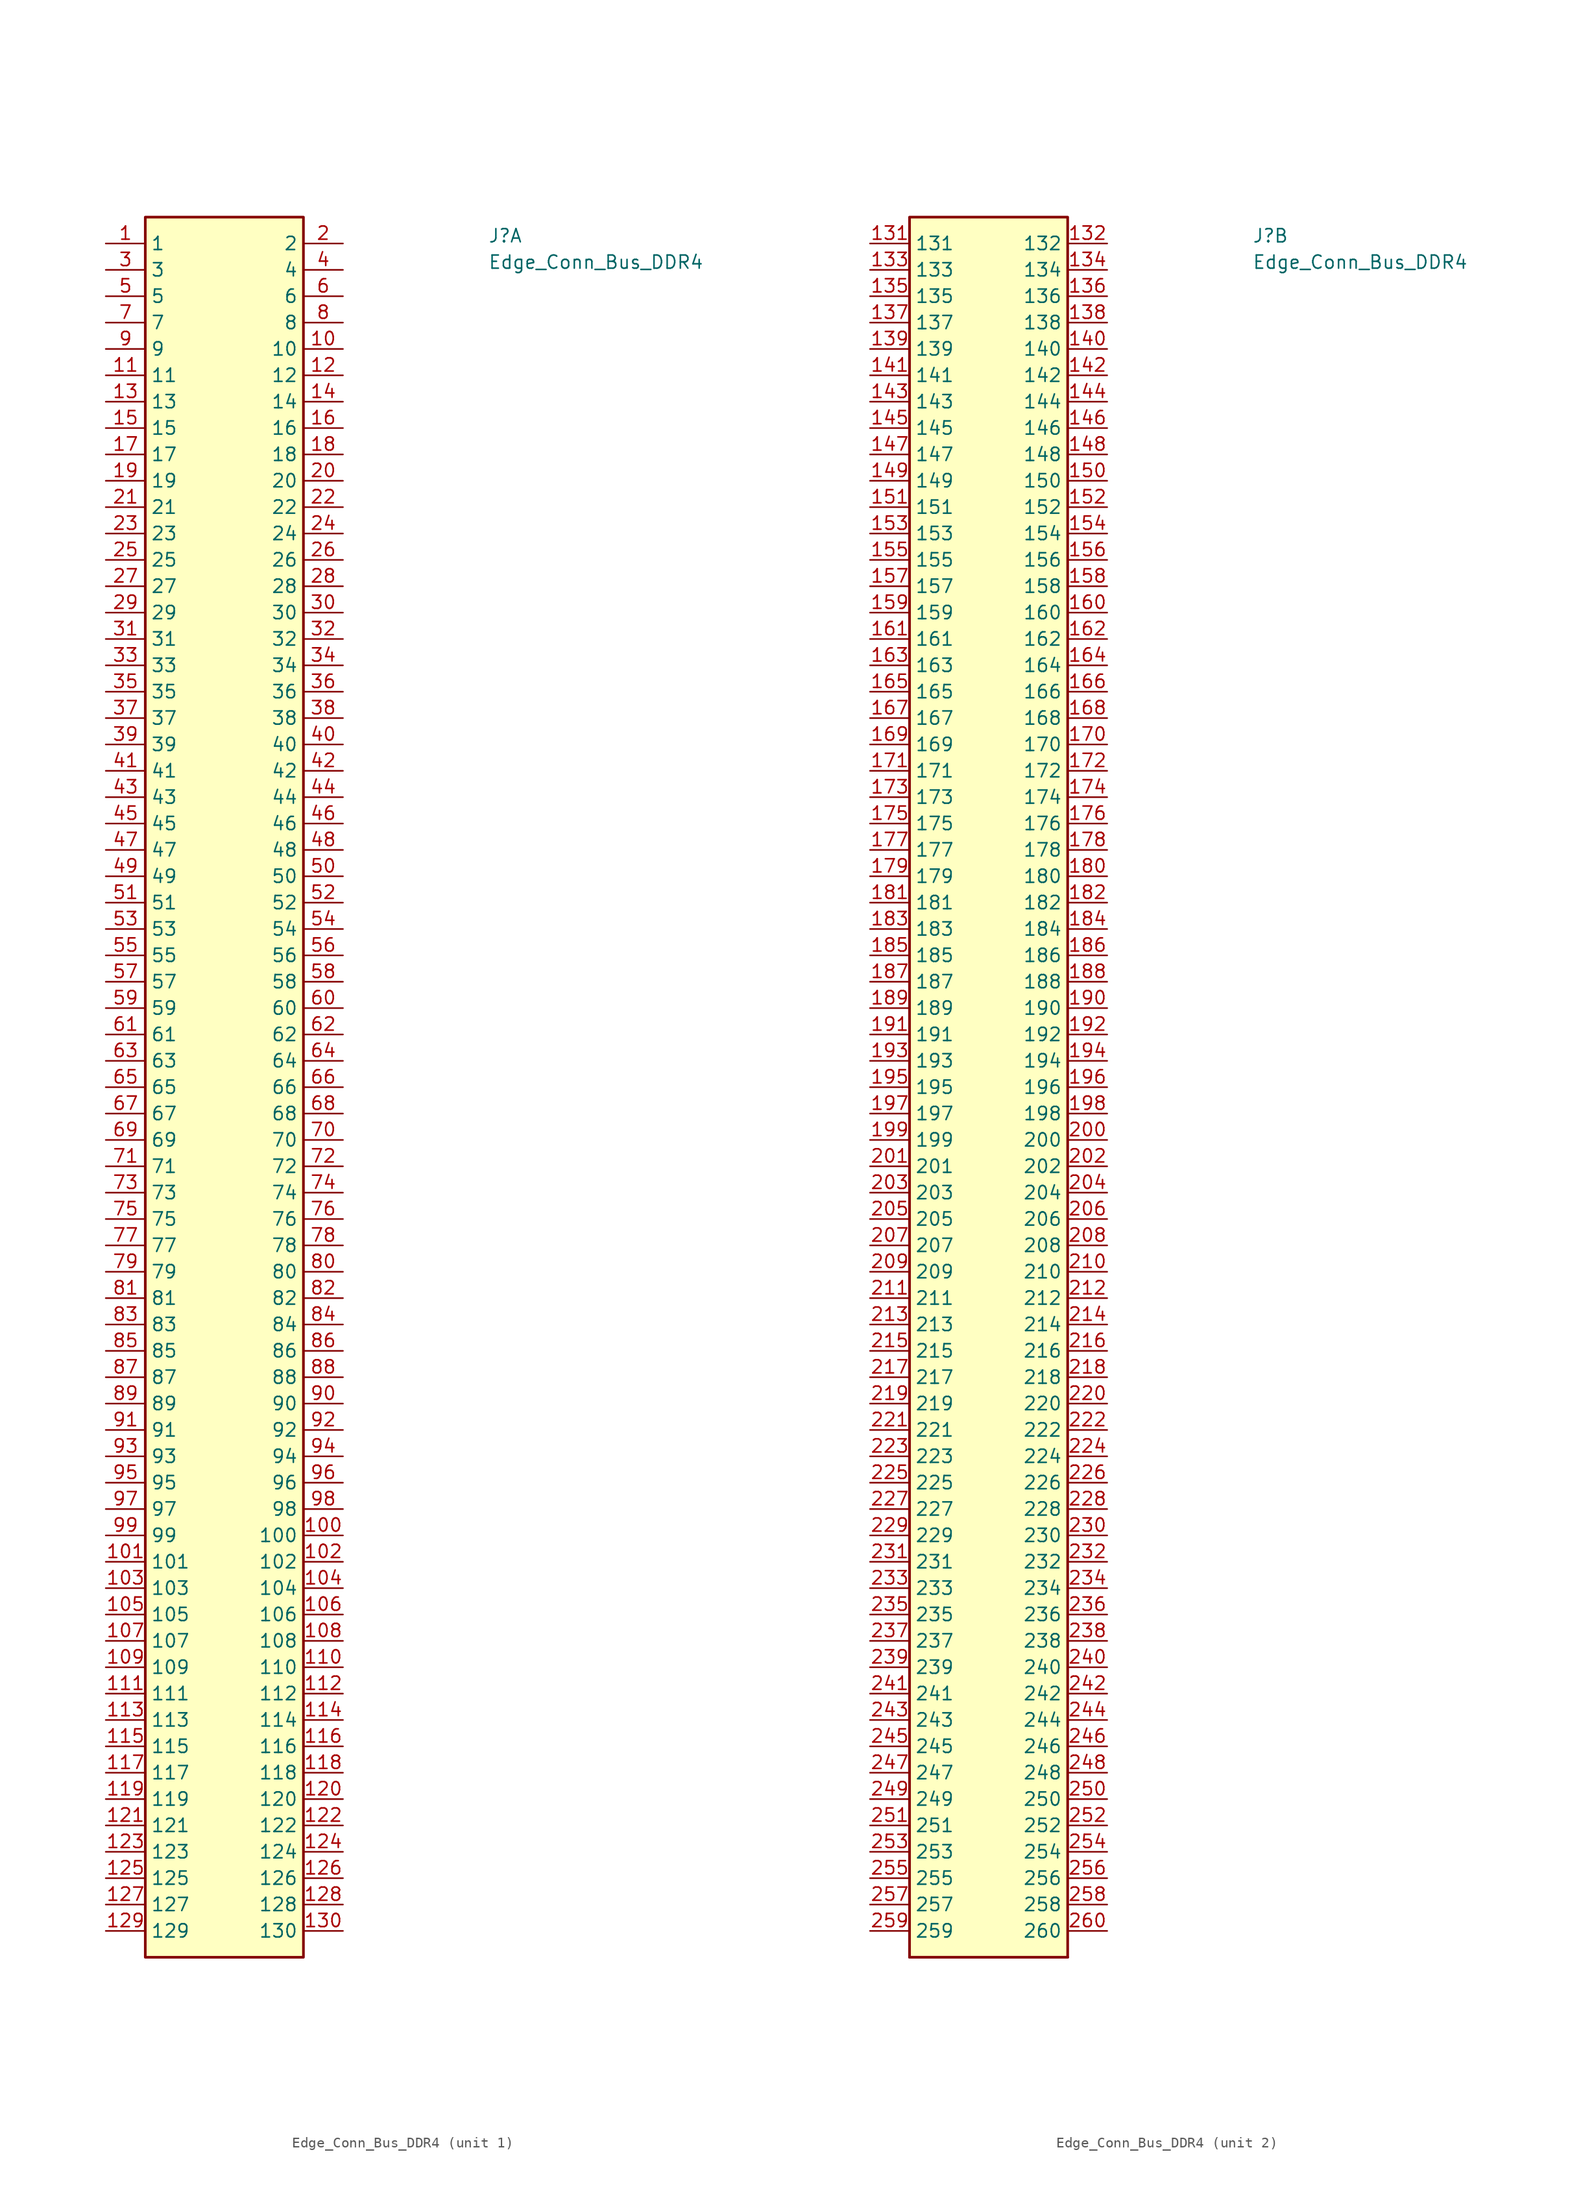
<source format=kicad_sym>
(kicad_symbol_lib
  (version 20211014)
  (generator kicad_symbol_editor)
  (symbol "Edge_Conn_Bus_DDR4"
    (property "Reference" "J"
      (at 36.83 0 0)
      (effects (font (size 1.27 1.27) (thickness 0.15)) (justify left bottom)))
    (property "Value" "Edge_Conn_Bus_DDR4"
      (at 36.83 -2.54 0)
      (effects (font (size 1.27 1.27) (thickness 0.15)) (justify left bottom)))
    (property "ki_locked" ""
      (at 0 0 0)
      (effects (font (size 1.27 1.27))))
    (symbol "Edge_Conn_Bus_DDR4_1_1"
      (rectangle (start 3.81 2.54) (end 19.05 -165.1) (stroke (width 0.254) (type default)) (fill (type background)))
      (pin passive line (at 0 0 0) (length 3.81) (name "1" (effects (font (size 1.27 1.27)))) (number "1" (effects (font (size 1.27 1.27)))))
      (pin passive line (at 22.86 -10.16 180) (length 3.81) (name "10" (effects (font (size 1.27 1.27)))) (number "10" (effects (font (size 1.27 1.27)))))
      (pin passive line (at 22.86 -124.46 180) (length 3.81) (name "100" (effects (font (size 1.27 1.27)))) (number "100" (effects (font (size 1.27 1.27)))))
      (pin passive line (at 0 -127 0) (length 3.81) (name "101" (effects (font (size 1.27 1.27)))) (number "101" (effects (font (size 1.27 1.27)))))
      (pin passive line (at 22.86 -127 180) (length 3.81) (name "102" (effects (font (size 1.27 1.27)))) (number "102" (effects (font (size 1.27 1.27)))))
      (pin passive line (at 0 -129.54 0) (length 3.81) (name "103" (effects (font (size 1.27 1.27)))) (number "103" (effects (font (size 1.27 1.27)))))
      (pin passive line (at 22.86 -129.54 180) (length 3.81) (name "104" (effects (font (size 1.27 1.27)))) (number "104" (effects (font (size 1.27 1.27)))))
      (pin passive line (at 0 -132.08 0) (length 3.81) (name "105" (effects (font (size 1.27 1.27)))) (number "105" (effects (font (size 1.27 1.27)))))
      (pin passive line (at 22.86 -132.08 180) (length 3.81) (name "106" (effects (font (size 1.27 1.27)))) (number "106" (effects (font (size 1.27 1.27)))))
      (pin passive line (at 0 -134.62 0) (length 3.81) (name "107" (effects (font (size 1.27 1.27)))) (number "107" (effects (font (size 1.27 1.27)))))
      (pin passive line (at 22.86 -134.62 180) (length 3.81) (name "108" (effects (font (size 1.27 1.27)))) (number "108" (effects (font (size 1.27 1.27)))))
      (pin passive line (at 0 -137.16 0) (length 3.81) (name "109" (effects (font (size 1.27 1.27)))) (number "109" (effects (font (size 1.27 1.27)))))
      (pin passive line (at 0 -12.7 0) (length 3.81) (name "11" (effects (font (size 1.27 1.27)))) (number "11" (effects (font (size 1.27 1.27)))))
      (pin passive line (at 22.86 -137.16 180) (length 3.81) (name "110" (effects (font (size 1.27 1.27)))) (number "110" (effects (font (size 1.27 1.27)))))
      (pin passive line (at 0 -139.7 0) (length 3.81) (name "111" (effects (font (size 1.27 1.27)))) (number "111" (effects (font (size 1.27 1.27)))))
      (pin passive line (at 22.86 -139.7 180) (length 3.81) (name "112" (effects (font (size 1.27 1.27)))) (number "112" (effects (font (size 1.27 1.27)))))
      (pin passive line (at 0 -142.24 0) (length 3.81) (name "113" (effects (font (size 1.27 1.27)))) (number "113" (effects (font (size 1.27 1.27)))))
      (pin passive line (at 22.86 -142.24 180) (length 3.81) (name "114" (effects (font (size 1.27 1.27)))) (number "114" (effects (font (size 1.27 1.27)))))
      (pin passive line (at 0 -144.78 0) (length 3.81) (name "115" (effects (font (size 1.27 1.27)))) (number "115" (effects (font (size 1.27 1.27)))))
      (pin passive line (at 22.86 -144.78 180) (length 3.81) (name "116" (effects (font (size 1.27 1.27)))) (number "116" (effects (font (size 1.27 1.27)))))
      (pin passive line (at 0 -147.32 0) (length 3.81) (name "117" (effects (font (size 1.27 1.27)))) (number "117" (effects (font (size 1.27 1.27)))))
      (pin passive line (at 22.86 -147.32 180) (length 3.81) (name "118" (effects (font (size 1.27 1.27)))) (number "118" (effects (font (size 1.27 1.27)))))
      (pin passive line (at 0 -149.86 0) (length 3.81) (name "119" (effects (font (size 1.27 1.27)))) (number "119" (effects (font (size 1.27 1.27)))))
      (pin passive line (at 22.86 -12.7 180) (length 3.81) (name "12" (effects (font (size 1.27 1.27)))) (number "12" (effects (font (size 1.27 1.27)))))
      (pin passive line (at 22.86 -149.86 180) (length 3.81) (name "120" (effects (font (size 1.27 1.27)))) (number "120" (effects (font (size 1.27 1.27)))))
      (pin passive line (at 0 -152.4 0) (length 3.81) (name "121" (effects (font (size 1.27 1.27)))) (number "121" (effects (font (size 1.27 1.27)))))
      (pin passive line (at 22.86 -152.4 180) (length 3.81) (name "122" (effects (font (size 1.27 1.27)))) (number "122" (effects (font (size 1.27 1.27)))))
      (pin passive line (at 0 -154.94 0) (length 3.81) (name "123" (effects (font (size 1.27 1.27)))) (number "123" (effects (font (size 1.27 1.27)))))
      (pin passive line (at 22.86 -154.94 180) (length 3.81) (name "124" (effects (font (size 1.27 1.27)))) (number "124" (effects (font (size 1.27 1.27)))))
      (pin passive line (at 0 -157.48 0) (length 3.81) (name "125" (effects (font (size 1.27 1.27)))) (number "125" (effects (font (size 1.27 1.27)))))
      (pin passive line (at 22.86 -157.48 180) (length 3.81) (name "126" (effects (font (size 1.27 1.27)))) (number "126" (effects (font (size 1.27 1.27)))))
      (pin passive line (at 0 -160.02 0) (length 3.81) (name "127" (effects (font (size 1.27 1.27)))) (number "127" (effects (font (size 1.27 1.27)))))
      (pin passive line (at 22.86 -160.02 180) (length 3.81) (name "128" (effects (font (size 1.27 1.27)))) (number "128" (effects (font (size 1.27 1.27)))))
      (pin passive line (at 0 -162.56 0) (length 3.81) (name "129" (effects (font (size 1.27 1.27)))) (number "129" (effects (font (size 1.27 1.27)))))
      (pin passive line (at 0 -15.24 0) (length 3.81) (name "13" (effects (font (size 1.27 1.27)))) (number "13" (effects (font (size 1.27 1.27)))))
      (pin passive line (at 22.86 -162.56 180) (length 3.81) (name "130" (effects (font (size 1.27 1.27)))) (number "130" (effects (font (size 1.27 1.27)))))
      (pin passive line (at 22.86 -15.24 180) (length 3.81) (name "14" (effects (font (size 1.27 1.27)))) (number "14" (effects (font (size 1.27 1.27)))))
      (pin passive line (at 0 -17.78 0) (length 3.81) (name "15" (effects (font (size 1.27 1.27)))) (number "15" (effects (font (size 1.27 1.27)))))
      (pin passive line (at 22.86 -17.78 180) (length 3.81) (name "16" (effects (font (size 1.27 1.27)))) (number "16" (effects (font (size 1.27 1.27)))))
      (pin passive line (at 0 -20.32 0) (length 3.81) (name "17" (effects (font (size 1.27 1.27)))) (number "17" (effects (font (size 1.27 1.27)))))
      (pin passive line (at 22.86 -20.32 180) (length 3.81) (name "18" (effects (font (size 1.27 1.27)))) (number "18" (effects (font (size 1.27 1.27)))))
      (pin passive line (at 0 -22.86 0) (length 3.81) (name "19" (effects (font (size 1.27 1.27)))) (number "19" (effects (font (size 1.27 1.27)))))
      (pin passive line (at 22.86 0 180) (length 3.81) (name "2" (effects (font (size 1.27 1.27)))) (number "2" (effects (font (size 1.27 1.27)))))
      (pin passive line (at 22.86 -22.86 180) (length 3.81) (name "20" (effects (font (size 1.27 1.27)))) (number "20" (effects (font (size 1.27 1.27)))))
      (pin passive line (at 0 -25.4 0) (length 3.81) (name "21" (effects (font (size 1.27 1.27)))) (number "21" (effects (font (size 1.27 1.27)))))
      (pin passive line (at 22.86 -25.4 180) (length 3.81) (name "22" (effects (font (size 1.27 1.27)))) (number "22" (effects (font (size 1.27 1.27)))))
      (pin passive line (at 0 -27.94 0) (length 3.81) (name "23" (effects (font (size 1.27 1.27)))) (number "23" (effects (font (size 1.27 1.27)))))
      (pin passive line (at 22.86 -27.94 180) (length 3.81) (name "24" (effects (font (size 1.27 1.27)))) (number "24" (effects (font (size 1.27 1.27)))))
      (pin passive line (at 0 -30.48 0) (length 3.81) (name "25" (effects (font (size 1.27 1.27)))) (number "25" (effects (font (size 1.27 1.27)))))
      (pin passive line (at 22.86 -30.48 180) (length 3.81) (name "26" (effects (font (size 1.27 1.27)))) (number "26" (effects (font (size 1.27 1.27)))))
      (pin passive line (at 0 -33.02 0) (length 3.81) (name "27" (effects (font (size 1.27 1.27)))) (number "27" (effects (font (size 1.27 1.27)))))
      (pin passive line (at 22.86 -33.02 180) (length 3.81) (name "28" (effects (font (size 1.27 1.27)))) (number "28" (effects (font (size 1.27 1.27)))))
      (pin passive line (at 0 -35.56 0) (length 3.81) (name "29" (effects (font (size 1.27 1.27)))) (number "29" (effects (font (size 1.27 1.27)))))
      (pin passive line (at 0 -2.54 0) (length 3.81) (name "3" (effects (font (size 1.27 1.27)))) (number "3" (effects (font (size 1.27 1.27)))))
      (pin passive line (at 22.86 -35.56 180) (length 3.81) (name "30" (effects (font (size 1.27 1.27)))) (number "30" (effects (font (size 1.27 1.27)))))
      (pin passive line (at 0 -38.1 0) (length 3.81) (name "31" (effects (font (size 1.27 1.27)))) (number "31" (effects (font (size 1.27 1.27)))))
      (pin passive line (at 22.86 -38.1 180) (length 3.81) (name "32" (effects (font (size 1.27 1.27)))) (number "32" (effects (font (size 1.27 1.27)))))
      (pin passive line (at 0 -40.64 0) (length 3.81) (name "33" (effects (font (size 1.27 1.27)))) (number "33" (effects (font (size 1.27 1.27)))))
      (pin passive line (at 22.86 -40.64 180) (length 3.81) (name "34" (effects (font (size 1.27 1.27)))) (number "34" (effects (font (size 1.27 1.27)))))
      (pin passive line (at 0 -43.18 0) (length 3.81) (name "35" (effects (font (size 1.27 1.27)))) (number "35" (effects (font (size 1.27 1.27)))))
      (pin passive line (at 22.86 -43.18 180) (length 3.81) (name "36" (effects (font (size 1.27 1.27)))) (number "36" (effects (font (size 1.27 1.27)))))
      (pin passive line (at 0 -45.72 0) (length 3.81) (name "37" (effects (font (size 1.27 1.27)))) (number "37" (effects (font (size 1.27 1.27)))))
      (pin passive line (at 22.86 -45.72 180) (length 3.81) (name "38" (effects (font (size 1.27 1.27)))) (number "38" (effects (font (size 1.27 1.27)))))
      (pin passive line (at 0 -48.26 0) (length 3.81) (name "39" (effects (font (size 1.27 1.27)))) (number "39" (effects (font (size 1.27 1.27)))))
      (pin passive line (at 22.86 -2.54 180) (length 3.81) (name "4" (effects (font (size 1.27 1.27)))) (number "4" (effects (font (size 1.27 1.27)))))
      (pin passive line (at 22.86 -48.26 180) (length 3.81) (name "40" (effects (font (size 1.27 1.27)))) (number "40" (effects (font (size 1.27 1.27)))))
      (pin passive line (at 0 -50.8 0) (length 3.81) (name "41" (effects (font (size 1.27 1.27)))) (number "41" (effects (font (size 1.27 1.27)))))
      (pin passive line (at 22.86 -50.8 180) (length 3.81) (name "42" (effects (font (size 1.27 1.27)))) (number "42" (effects (font (size 1.27 1.27)))))
      (pin passive line (at 0 -53.34 0) (length 3.81) (name "43" (effects (font (size 1.27 1.27)))) (number "43" (effects (font (size 1.27 1.27)))))
      (pin passive line (at 22.86 -53.34 180) (length 3.81) (name "44" (effects (font (size 1.27 1.27)))) (number "44" (effects (font (size 1.27 1.27)))))
      (pin passive line (at 0 -55.88 0) (length 3.81) (name "45" (effects (font (size 1.27 1.27)))) (number "45" (effects (font (size 1.27 1.27)))))
      (pin passive line (at 22.86 -55.88 180) (length 3.81) (name "46" (effects (font (size 1.27 1.27)))) (number "46" (effects (font (size 1.27 1.27)))))
      (pin passive line (at 0 -58.42 0) (length 3.81) (name "47" (effects (font (size 1.27 1.27)))) (number "47" (effects (font (size 1.27 1.27)))))
      (pin passive line (at 22.86 -58.42 180) (length 3.81) (name "48" (effects (font (size 1.27 1.27)))) (number "48" (effects (font (size 1.27 1.27)))))
      (pin passive line (at 0 -60.96 0) (length 3.81) (name "49" (effects (font (size 1.27 1.27)))) (number "49" (effects (font (size 1.27 1.27)))))
      (pin passive line (at 0 -5.08 0) (length 3.81) (name "5" (effects (font (size 1.27 1.27)))) (number "5" (effects (font (size 1.27 1.27)))))
      (pin passive line (at 22.86 -60.96 180) (length 3.81) (name "50" (effects (font (size 1.27 1.27)))) (number "50" (effects (font (size 1.27 1.27)))))
      (pin passive line (at 0 -63.5 0) (length 3.81) (name "51" (effects (font (size 1.27 1.27)))) (number "51" (effects (font (size 1.27 1.27)))))
      (pin passive line (at 22.86 -63.5 180) (length 3.81) (name "52" (effects (font (size 1.27 1.27)))) (number "52" (effects (font (size 1.27 1.27)))))
      (pin passive line (at 0 -66.04 0) (length 3.81) (name "53" (effects (font (size 1.27 1.27)))) (number "53" (effects (font (size 1.27 1.27)))))
      (pin passive line (at 22.86 -66.04 180) (length 3.81) (name "54" (effects (font (size 1.27 1.27)))) (number "54" (effects (font (size 1.27 1.27)))))
      (pin passive line (at 0 -68.58 0) (length 3.81) (name "55" (effects (font (size 1.27 1.27)))) (number "55" (effects (font (size 1.27 1.27)))))
      (pin passive line (at 22.86 -68.58 180) (length 3.81) (name "56" (effects (font (size 1.27 1.27)))) (number "56" (effects (font (size 1.27 1.27)))))
      (pin passive line (at 0 -71.12 0) (length 3.81) (name "57" (effects (font (size 1.27 1.27)))) (number "57" (effects (font (size 1.27 1.27)))))
      (pin passive line (at 22.86 -71.12 180) (length 3.81) (name "58" (effects (font (size 1.27 1.27)))) (number "58" (effects (font (size 1.27 1.27)))))
      (pin passive line (at 0 -73.66 0) (length 3.81) (name "59" (effects (font (size 1.27 1.27)))) (number "59" (effects (font (size 1.27 1.27)))))
      (pin passive line (at 22.86 -5.08 180) (length 3.81) (name "6" (effects (font (size 1.27 1.27)))) (number "6" (effects (font (size 1.27 1.27)))))
      (pin passive line (at 22.86 -73.66 180) (length 3.81) (name "60" (effects (font (size 1.27 1.27)))) (number "60" (effects (font (size 1.27 1.27)))))
      (pin passive line (at 0 -76.2 0) (length 3.81) (name "61" (effects (font (size 1.27 1.27)))) (number "61" (effects (font (size 1.27 1.27)))))
      (pin passive line (at 22.86 -76.2 180) (length 3.81) (name "62" (effects (font (size 1.27 1.27)))) (number "62" (effects (font (size 1.27 1.27)))))
      (pin passive line (at 0 -78.74 0) (length 3.81) (name "63" (effects (font (size 1.27 1.27)))) (number "63" (effects (font (size 1.27 1.27)))))
      (pin passive line (at 22.86 -78.74 180) (length 3.81) (name "64" (effects (font (size 1.27 1.27)))) (number "64" (effects (font (size 1.27 1.27)))))
      (pin passive line (at 0 -81.28 0) (length 3.81) (name "65" (effects (font (size 1.27 1.27)))) (number "65" (effects (font (size 1.27 1.27)))))
      (pin passive line (at 22.86 -81.28 180) (length 3.81) (name "66" (effects (font (size 1.27 1.27)))) (number "66" (effects (font (size 1.27 1.27)))))
      (pin passive line (at 0 -83.82 0) (length 3.81) (name "67" (effects (font (size 1.27 1.27)))) (number "67" (effects (font (size 1.27 1.27)))))
      (pin passive line (at 22.86 -83.82 180) (length 3.81) (name "68" (effects (font (size 1.27 1.27)))) (number "68" (effects (font (size 1.27 1.27)))))
      (pin passive line (at 0 -86.36 0) (length 3.81) (name "69" (effects (font (size 1.27 1.27)))) (number "69" (effects (font (size 1.27 1.27)))))
      (pin passive line (at 0 -7.62 0) (length 3.81) (name "7" (effects (font (size 1.27 1.27)))) (number "7" (effects (font (size 1.27 1.27)))))
      (pin passive line (at 22.86 -86.36 180) (length 3.81) (name "70" (effects (font (size 1.27 1.27)))) (number "70" (effects (font (size 1.27 1.27)))))
      (pin passive line (at 0 -88.9 0) (length 3.81) (name "71" (effects (font (size 1.27 1.27)))) (number "71" (effects (font (size 1.27 1.27)))))
      (pin passive line (at 22.86 -88.9 180) (length 3.81) (name "72" (effects (font (size 1.27 1.27)))) (number "72" (effects (font (size 1.27 1.27)))))
      (pin passive line (at 0 -91.44 0) (length 3.81) (name "73" (effects (font (size 1.27 1.27)))) (number "73" (effects (font (size 1.27 1.27)))))
      (pin passive line (at 22.86 -91.44 180) (length 3.81) (name "74" (effects (font (size 1.27 1.27)))) (number "74" (effects (font (size 1.27 1.27)))))
      (pin passive line (at 0 -93.98 0) (length 3.81) (name "75" (effects (font (size 1.27 1.27)))) (number "75" (effects (font (size 1.27 1.27)))))
      (pin passive line (at 22.86 -93.98 180) (length 3.81) (name "76" (effects (font (size 1.27 1.27)))) (number "76" (effects (font (size 1.27 1.27)))))
      (pin passive line (at 0 -96.52 0) (length 3.81) (name "77" (effects (font (size 1.27 1.27)))) (number "77" (effects (font (size 1.27 1.27)))))
      (pin passive line (at 22.86 -96.52 180) (length 3.81) (name "78" (effects (font (size 1.27 1.27)))) (number "78" (effects (font (size 1.27 1.27)))))
      (pin passive line (at 0 -99.06 0) (length 3.81) (name "79" (effects (font (size 1.27 1.27)))) (number "79" (effects (font (size 1.27 1.27)))))
      (pin passive line (at 22.86 -7.62 180) (length 3.81) (name "8" (effects (font (size 1.27 1.27)))) (number "8" (effects (font (size 1.27 1.27)))))
      (pin passive line (at 22.86 -99.06 180) (length 3.81) (name "80" (effects (font (size 1.27 1.27)))) (number "80" (effects (font (size 1.27 1.27)))))
      (pin passive line (at 0 -101.6 0) (length 3.81) (name "81" (effects (font (size 1.27 1.27)))) (number "81" (effects (font (size 1.27 1.27)))))
      (pin passive line (at 22.86 -101.6 180) (length 3.81) (name "82" (effects (font (size 1.27 1.27)))) (number "82" (effects (font (size 1.27 1.27)))))
      (pin passive line (at 0 -104.14 0) (length 3.81) (name "83" (effects (font (size 1.27 1.27)))) (number "83" (effects (font (size 1.27 1.27)))))
      (pin passive line (at 22.86 -104.14 180) (length 3.81) (name "84" (effects (font (size 1.27 1.27)))) (number "84" (effects (font (size 1.27 1.27)))))
      (pin passive line (at 0 -106.68 0) (length 3.81) (name "85" (effects (font (size 1.27 1.27)))) (number "85" (effects (font (size 1.27 1.27)))))
      (pin passive line (at 22.86 -106.68 180) (length 3.81) (name "86" (effects (font (size 1.27 1.27)))) (number "86" (effects (font (size 1.27 1.27)))))
      (pin passive line (at 0 -109.22 0) (length 3.81) (name "87" (effects (font (size 1.27 1.27)))) (number "87" (effects (font (size 1.27 1.27)))))
      (pin passive line (at 22.86 -109.22 180) (length 3.81) (name "88" (effects (font (size 1.27 1.27)))) (number "88" (effects (font (size 1.27 1.27)))))
      (pin passive line (at 0 -111.76 0) (length 3.81) (name "89" (effects (font (size 1.27 1.27)))) (number "89" (effects (font (size 1.27 1.27)))))
      (pin passive line (at 0 -10.16 0) (length 3.81) (name "9" (effects (font (size 1.27 1.27)))) (number "9" (effects (font (size 1.27 1.27)))))
      (pin passive line (at 22.86 -111.76 180) (length 3.81) (name "90" (effects (font (size 1.27 1.27)))) (number "90" (effects (font (size 1.27 1.27)))))
      (pin passive line (at 0 -114.3 0) (length 3.81) (name "91" (effects (font (size 1.27 1.27)))) (number "91" (effects (font (size 1.27 1.27)))))
      (pin passive line (at 22.86 -114.3 180) (length 3.81) (name "92" (effects (font (size 1.27 1.27)))) (number "92" (effects (font (size 1.27 1.27)))))
      (pin passive line (at 0 -116.84 0) (length 3.81) (name "93" (effects (font (size 1.27 1.27)))) (number "93" (effects (font (size 1.27 1.27)))))
      (pin passive line (at 22.86 -116.84 180) (length 3.81) (name "94" (effects (font (size 1.27 1.27)))) (number "94" (effects (font (size 1.27 1.27)))))
      (pin passive line (at 0 -119.38 0) (length 3.81) (name "95" (effects (font (size 1.27 1.27)))) (number "95" (effects (font (size 1.27 1.27)))))
      (pin passive line (at 22.86 -119.38 180) (length 3.81) (name "96" (effects (font (size 1.27 1.27)))) (number "96" (effects (font (size 1.27 1.27)))))
      (pin passive line (at 0 -121.92 0) (length 3.81) (name "97" (effects (font (size 1.27 1.27)))) (number "97" (effects (font (size 1.27 1.27)))))
      (pin passive line (at 22.86 -121.92 180) (length 3.81) (name "98" (effects (font (size 1.27 1.27)))) (number "98" (effects (font (size 1.27 1.27)))))
      (pin passive line (at 0 -124.46 0) (length 3.81) (name "99" (effects (font (size 1.27 1.27)))) (number "99" (effects (font (size 1.27 1.27))))))
    (symbol "Edge_Conn_Bus_DDR4_2_1"
      (polyline (pts (xy 3.81 -165.1) (xy 19.05 -165.1)) (stroke (width 0.254) (type default)) (fill (type background)))
      (rectangle (start 3.81 2.54) (end 19.05 -165.1) (stroke (width 0.254) (type default)) (fill (type background)))
      (pin passive line (at 0 0 0) (length 3.81) (name "131" (effects (font (size 1.27 1.27)))) (number "131" (effects (font (size 1.27 1.27)))))
      (pin passive line (at 22.86 0 180) (length 3.81) (name "132" (effects (font (size 1.27 1.27)))) (number "132" (effects (font (size 1.27 1.27)))))
      (pin passive line (at 0 -2.54 0) (length 3.81) (name "133" (effects (font (size 1.27 1.27)))) (number "133" (effects (font (size 1.27 1.27)))))
      (pin passive line (at 22.86 -2.54 180) (length 3.81) (name "134" (effects (font (size 1.27 1.27)))) (number "134" (effects (font (size 1.27 1.27)))))
      (pin passive line (at 0 -5.08 0) (length 3.81) (name "135" (effects (font (size 1.27 1.27)))) (number "135" (effects (font (size 1.27 1.27)))))
      (pin passive line (at 22.86 -5.08 180) (length 3.81) (name "136" (effects (font (size 1.27 1.27)))) (number "136" (effects (font (size 1.27 1.27)))))
      (pin passive line (at 0 -7.62 0) (length 3.81) (name "137" (effects (font (size 1.27 1.27)))) (number "137" (effects (font (size 1.27 1.27)))))
      (pin passive line (at 22.86 -7.62 180) (length 3.81) (name "138" (effects (font (size 1.27 1.27)))) (number "138" (effects (font (size 1.27 1.27)))))
      (pin passive line (at 0 -10.16 0) (length 3.81) (name "139" (effects (font (size 1.27 1.27)))) (number "139" (effects (font (size 1.27 1.27)))))
      (pin passive line (at 22.86 -10.16 180) (length 3.81) (name "140" (effects (font (size 1.27 1.27)))) (number "140" (effects (font (size 1.27 1.27)))))
      (pin passive line (at 0 -12.7 0) (length 3.81) (name "141" (effects (font (size 1.27 1.27)))) (number "141" (effects (font (size 1.27 1.27)))))
      (pin passive line (at 22.86 -12.7 180) (length 3.81) (name "142" (effects (font (size 1.27 1.27)))) (number "142" (effects (font (size 1.27 1.27)))))
      (pin passive line (at 0 -15.24 0) (length 3.81) (name "143" (effects (font (size 1.27 1.27)))) (number "143" (effects (font (size 1.27 1.27)))))
      (pin passive line (at 22.86 -15.24 180) (length 3.81) (name "144" (effects (font (size 1.27 1.27)))) (number "144" (effects (font (size 1.27 1.27)))))
      (pin passive line (at 0 -17.78 0) (length 3.81) (name "145" (effects (font (size 1.27 1.27)))) (number "145" (effects (font (size 1.27 1.27)))))
      (pin passive line (at 22.86 -17.78 180) (length 3.81) (name "146" (effects (font (size 1.27 1.27)))) (number "146" (effects (font (size 1.27 1.27)))))
      (pin passive line (at 0 -20.32 0) (length 3.81) (name "147" (effects (font (size 1.27 1.27)))) (number "147" (effects (font (size 1.27 1.27)))))
      (pin passive line (at 22.86 -20.32 180) (length 3.81) (name "148" (effects (font (size 1.27 1.27)))) (number "148" (effects (font (size 1.27 1.27)))))
      (pin passive line (at 0 -22.86 0) (length 3.81) (name "149" (effects (font (size 1.27 1.27)))) (number "149" (effects (font (size 1.27 1.27)))))
      (pin passive line (at 22.86 -22.86 180) (length 3.81) (name "150" (effects (font (size 1.27 1.27)))) (number "150" (effects (font (size 1.27 1.27)))))
      (pin passive line (at 0 -25.4 0) (length 3.81) (name "151" (effects (font (size 1.27 1.27)))) (number "151" (effects (font (size 1.27 1.27)))))
      (pin passive line (at 22.86 -25.4 180) (length 3.81) (name "152" (effects (font (size 1.27 1.27)))) (number "152" (effects (font (size 1.27 1.27)))))
      (pin passive line (at 0 -27.94 0) (length 3.81) (name "153" (effects (font (size 1.27 1.27)))) (number "153" (effects (font (size 1.27 1.27)))))
      (pin passive line (at 22.86 -27.94 180) (length 3.81) (name "154" (effects (font (size 1.27 1.27)))) (number "154" (effects (font (size 1.27 1.27)))))
      (pin passive line (at 0 -30.48 0) (length 3.81) (name "155" (effects (font (size 1.27 1.27)))) (number "155" (effects (font (size 1.27 1.27)))))
      (pin passive line (at 22.86 -30.48 180) (length 3.81) (name "156" (effects (font (size 1.27 1.27)))) (number "156" (effects (font (size 1.27 1.27)))))
      (pin passive line (at 0 -33.02 0) (length 3.81) (name "157" (effects (font (size 1.27 1.27)))) (number "157" (effects (font (size 1.27 1.27)))))
      (pin passive line (at 22.86 -33.02 180) (length 3.81) (name "158" (effects (font (size 1.27 1.27)))) (number "158" (effects (font (size 1.27 1.27)))))
      (pin passive line (at 0 -35.56 0) (length 3.81) (name "159" (effects (font (size 1.27 1.27)))) (number "159" (effects (font (size 1.27 1.27)))))
      (pin passive line (at 22.86 -35.56 180) (length 3.81) (name "160" (effects (font (size 1.27 1.27)))) (number "160" (effects (font (size 1.27 1.27)))))
      (pin passive line (at 0 -38.1 0) (length 3.81) (name "161" (effects (font (size 1.27 1.27)))) (number "161" (effects (font (size 1.27 1.27)))))
      (pin passive line (at 22.86 -38.1 180) (length 3.81) (name "162" (effects (font (size 1.27 1.27)))) (number "162" (effects (font (size 1.27 1.27)))))
      (pin passive line (at 0 -40.64 0) (length 3.81) (name "163" (effects (font (size 1.27 1.27)))) (number "163" (effects (font (size 1.27 1.27)))))
      (pin passive line (at 22.86 -40.64 180) (length 3.81) (name "164" (effects (font (size 1.27 1.27)))) (number "164" (effects (font (size 1.27 1.27)))))
      (pin passive line (at 0 -43.18 0) (length 3.81) (name "165" (effects (font (size 1.27 1.27)))) (number "165" (effects (font (size 1.27 1.27)))))
      (pin passive line (at 22.86 -43.18 180) (length 3.81) (name "166" (effects (font (size 1.27 1.27)))) (number "166" (effects (font (size 1.27 1.27)))))
      (pin passive line (at 0 -45.72 0) (length 3.81) (name "167" (effects (font (size 1.27 1.27)))) (number "167" (effects (font (size 1.27 1.27)))))
      (pin passive line (at 22.86 -45.72 180) (length 3.81) (name "168" (effects (font (size 1.27 1.27)))) (number "168" (effects (font (size 1.27 1.27)))))
      (pin passive line (at 0 -48.26 0) (length 3.81) (name "169" (effects (font (size 1.27 1.27)))) (number "169" (effects (font (size 1.27 1.27)))))
      (pin passive line (at 22.86 -48.26 180) (length 3.81) (name "170" (effects (font (size 1.27 1.27)))) (number "170" (effects (font (size 1.27 1.27)))))
      (pin passive line (at 0 -50.8 0) (length 3.81) (name "171" (effects (font (size 1.27 1.27)))) (number "171" (effects (font (size 1.27 1.27)))))
      (pin passive line (at 22.86 -50.8 180) (length 3.81) (name "172" (effects (font (size 1.27 1.27)))) (number "172" (effects (font (size 1.27 1.27)))))
      (pin passive line (at 0 -53.34 0) (length 3.81) (name "173" (effects (font (size 1.27 1.27)))) (number "173" (effects (font (size 1.27 1.27)))))
      (pin passive line (at 22.86 -53.34 180) (length 3.81) (name "174" (effects (font (size 1.27 1.27)))) (number "174" (effects (font (size 1.27 1.27)))))
      (pin passive line (at 0 -55.88 0) (length 3.81) (name "175" (effects (font (size 1.27 1.27)))) (number "175" (effects (font (size 1.27 1.27)))))
      (pin passive line (at 22.86 -55.88 180) (length 3.81) (name "176" (effects (font (size 1.27 1.27)))) (number "176" (effects (font (size 1.27 1.27)))))
      (pin passive line (at 0 -58.42 0) (length 3.81) (name "177" (effects (font (size 1.27 1.27)))) (number "177" (effects (font (size 1.27 1.27)))))
      (pin passive line (at 22.86 -58.42 180) (length 3.81) (name "178" (effects (font (size 1.27 1.27)))) (number "178" (effects (font (size 1.27 1.27)))))
      (pin passive line (at 0 -60.96 0) (length 3.81) (name "179" (effects (font (size 1.27 1.27)))) (number "179" (effects (font (size 1.27 1.27)))))
      (pin passive line (at 22.86 -60.96 180) (length 3.81) (name "180" (effects (font (size 1.27 1.27)))) (number "180" (effects (font (size 1.27 1.27)))))
      (pin passive line (at 0 -63.5 0) (length 3.81) (name "181" (effects (font (size 1.27 1.27)))) (number "181" (effects (font (size 1.27 1.27)))))
      (pin passive line (at 22.86 -63.5 180) (length 3.81) (name "182" (effects (font (size 1.27 1.27)))) (number "182" (effects (font (size 1.27 1.27)))))
      (pin passive line (at 0 -66.04 0) (length 3.81) (name "183" (effects (font (size 1.27 1.27)))) (number "183" (effects (font (size 1.27 1.27)))))
      (pin passive line (at 22.86 -66.04 180) (length 3.81) (name "184" (effects (font (size 1.27 1.27)))) (number "184" (effects (font (size 1.27 1.27)))))
      (pin passive line (at 0 -68.58 0) (length 3.81) (name "185" (effects (font (size 1.27 1.27)))) (number "185" (effects (font (size 1.27 1.27)))))
      (pin passive line (at 22.86 -68.58 180) (length 3.81) (name "186" (effects (font (size 1.27 1.27)))) (number "186" (effects (font (size 1.27 1.27)))))
      (pin passive line (at 0 -71.12 0) (length 3.81) (name "187" (effects (font (size 1.27 1.27)))) (number "187" (effects (font (size 1.27 1.27)))))
      (pin passive line (at 22.86 -71.12 180) (length 3.81) (name "188" (effects (font (size 1.27 1.27)))) (number "188" (effects (font (size 1.27 1.27)))))
      (pin passive line (at 0 -73.66 0) (length 3.81) (name "189" (effects (font (size 1.27 1.27)))) (number "189" (effects (font (size 1.27 1.27)))))
      (pin passive line (at 22.86 -73.66 180) (length 3.81) (name "190" (effects (font (size 1.27 1.27)))) (number "190" (effects (font (size 1.27 1.27)))))
      (pin passive line (at 0 -76.2 0) (length 3.81) (name "191" (effects (font (size 1.27 1.27)))) (number "191" (effects (font (size 1.27 1.27)))))
      (pin passive line (at 22.86 -76.2 180) (length 3.81) (name "192" (effects (font (size 1.27 1.27)))) (number "192" (effects (font (size 1.27 1.27)))))
      (pin passive line (at 0 -78.74 0) (length 3.81) (name "193" (effects (font (size 1.27 1.27)))) (number "193" (effects (font (size 1.27 1.27)))))
      (pin passive line (at 22.86 -78.74 180) (length 3.81) (name "194" (effects (font (size 1.27 1.27)))) (number "194" (effects (font (size 1.27 1.27)))))
      (pin passive line (at 0 -81.28 0) (length 3.81) (name "195" (effects (font (size 1.27 1.27)))) (number "195" (effects (font (size 1.27 1.27)))))
      (pin passive line (at 22.86 -81.28 180) (length 3.81) (name "196" (effects (font (size 1.27 1.27)))) (number "196" (effects (font (size 1.27 1.27)))))
      (pin passive line (at 0 -83.82 0) (length 3.81) (name "197" (effects (font (size 1.27 1.27)))) (number "197" (effects (font (size 1.27 1.27)))))
      (pin passive line (at 22.86 -83.82 180) (length 3.81) (name "198" (effects (font (size 1.27 1.27)))) (number "198" (effects (font (size 1.27 1.27)))))
      (pin passive line (at 0 -86.36 0) (length 3.81) (name "199" (effects (font (size 1.27 1.27)))) (number "199" (effects (font (size 1.27 1.27)))))
      (pin passive line (at 22.86 -86.36 180) (length 3.81) (name "200" (effects (font (size 1.27 1.27)))) (number "200" (effects (font (size 1.27 1.27)))))
      (pin passive line (at 0 -88.9 0) (length 3.81) (name "201" (effects (font (size 1.27 1.27)))) (number "201" (effects (font (size 1.27 1.27)))))
      (pin passive line (at 22.86 -88.9 180) (length 3.81) (name "202" (effects (font (size 1.27 1.27)))) (number "202" (effects (font (size 1.27 1.27)))))
      (pin passive line (at 0 -91.44 0) (length 3.81) (name "203" (effects (font (size 1.27 1.27)))) (number "203" (effects (font (size 1.27 1.27)))))
      (pin passive line (at 22.86 -91.44 180) (length 3.81) (name "204" (effects (font (size 1.27 1.27)))) (number "204" (effects (font (size 1.27 1.27)))))
      (pin passive line (at 0 -93.98 0) (length 3.81) (name "205" (effects (font (size 1.27 1.27)))) (number "205" (effects (font (size 1.27 1.27)))))
      (pin passive line (at 22.86 -93.98 180) (length 3.81) (name "206" (effects (font (size 1.27 1.27)))) (number "206" (effects (font (size 1.27 1.27)))))
      (pin passive line (at 0 -96.52 0) (length 3.81) (name "207" (effects (font (size 1.27 1.27)))) (number "207" (effects (font (size 1.27 1.27)))))
      (pin passive line (at 22.86 -96.52 180) (length 3.81) (name "208" (effects (font (size 1.27 1.27)))) (number "208" (effects (font (size 1.27 1.27)))))
      (pin passive line (at 0 -99.06 0) (length 3.81) (name "209" (effects (font (size 1.27 1.27)))) (number "209" (effects (font (size 1.27 1.27)))))
      (pin passive line (at 22.86 -99.06 180) (length 3.81) (name "210" (effects (font (size 1.27 1.27)))) (number "210" (effects (font (size 1.27 1.27)))))
      (pin passive line (at 0 -101.6 0) (length 3.81) (name "211" (effects (font (size 1.27 1.27)))) (number "211" (effects (font (size 1.27 1.27)))))
      (pin passive line (at 22.86 -101.6 180) (length 3.81) (name "212" (effects (font (size 1.27 1.27)))) (number "212" (effects (font (size 1.27 1.27)))))
      (pin passive line (at 0 -104.14 0) (length 3.81) (name "213" (effects (font (size 1.27 1.27)))) (number "213" (effects (font (size 1.27 1.27)))))
      (pin passive line (at 22.86 -104.14 180) (length 3.81) (name "214" (effects (font (size 1.27 1.27)))) (number "214" (effects (font (size 1.27 1.27)))))
      (pin passive line (at 0 -106.68 0) (length 3.81) (name "215" (effects (font (size 1.27 1.27)))) (number "215" (effects (font (size 1.27 1.27)))))
      (pin passive line (at 22.86 -106.68 180) (length 3.81) (name "216" (effects (font (size 1.27 1.27)))) (number "216" (effects (font (size 1.27 1.27)))))
      (pin passive line (at 0 -109.22 0) (length 3.81) (name "217" (effects (font (size 1.27 1.27)))) (number "217" (effects (font (size 1.27 1.27)))))
      (pin passive line (at 22.86 -109.22 180) (length 3.81) (name "218" (effects (font (size 1.27 1.27)))) (number "218" (effects (font (size 1.27 1.27)))))
      (pin passive line (at 0 -111.76 0) (length 3.81) (name "219" (effects (font (size 1.27 1.27)))) (number "219" (effects (font (size 1.27 1.27)))))
      (pin passive line (at 22.86 -111.76 180) (length 3.81) (name "220" (effects (font (size 1.27 1.27)))) (number "220" (effects (font (size 1.27 1.27)))))
      (pin passive line (at 0 -114.3 0) (length 3.81) (name "221" (effects (font (size 1.27 1.27)))) (number "221" (effects (font (size 1.27 1.27)))))
      (pin passive line (at 22.86 -114.3 180) (length 3.81) (name "222" (effects (font (size 1.27 1.27)))) (number "222" (effects (font (size 1.27 1.27)))))
      (pin passive line (at 0 -116.84 0) (length 3.81) (name "223" (effects (font (size 1.27 1.27)))) (number "223" (effects (font (size 1.27 1.27)))))
      (pin passive line (at 22.86 -116.84 180) (length 3.81) (name "224" (effects (font (size 1.27 1.27)))) (number "224" (effects (font (size 1.27 1.27)))))
      (pin passive line (at 0 -119.38 0) (length 3.81) (name "225" (effects (font (size 1.27 1.27)))) (number "225" (effects (font (size 1.27 1.27)))))
      (pin passive line (at 22.86 -119.38 180) (length 3.81) (name "226" (effects (font (size 1.27 1.27)))) (number "226" (effects (font (size 1.27 1.27)))))
      (pin passive line (at 0 -121.92 0) (length 3.81) (name "227" (effects (font (size 1.27 1.27)))) (number "227" (effects (font (size 1.27 1.27)))))
      (pin passive line (at 22.86 -121.92 180) (length 3.81) (name "228" (effects (font (size 1.27 1.27)))) (number "228" (effects (font (size 1.27 1.27)))))
      (pin passive line (at 0 -124.46 0) (length 3.81) (name "229" (effects (font (size 1.27 1.27)))) (number "229" (effects (font (size 1.27 1.27)))))
      (pin passive line (at 22.86 -124.46 180) (length 3.81) (name "230" (effects (font (size 1.27 1.27)))) (number "230" (effects (font (size 1.27 1.27)))))
      (pin passive line (at 0 -127 0) (length 3.81) (name "231" (effects (font (size 1.27 1.27)))) (number "231" (effects (font (size 1.27 1.27)))))
      (pin passive line (at 22.86 -127 180) (length 3.81) (name "232" (effects (font (size 1.27 1.27)))) (number "232" (effects (font (size 1.27 1.27)))))
      (pin passive line (at 0 -129.54 0) (length 3.81) (name "233" (effects (font (size 1.27 1.27)))) (number "233" (effects (font (size 1.27 1.27)))))
      (pin passive line (at 22.86 -129.54 180) (length 3.81) (name "234" (effects (font (size 1.27 1.27)))) (number "234" (effects (font (size 1.27 1.27)))))
      (pin passive line (at 0 -132.08 0) (length 3.81) (name "235" (effects (font (size 1.27 1.27)))) (number "235" (effects (font (size 1.27 1.27)))))
      (pin passive line (at 22.86 -132.08 180) (length 3.81) (name "236" (effects (font (size 1.27 1.27)))) (number "236" (effects (font (size 1.27 1.27)))))
      (pin passive line (at 0 -134.62 0) (length 3.81) (name "237" (effects (font (size 1.27 1.27)))) (number "237" (effects (font (size 1.27 1.27)))))
      (pin passive line (at 22.86 -134.62 180) (length 3.81) (name "238" (effects (font (size 1.27 1.27)))) (number "238" (effects (font (size 1.27 1.27)))))
      (pin passive line (at 0 -137.16 0) (length 3.81) (name "239" (effects (font (size 1.27 1.27)))) (number "239" (effects (font (size 1.27 1.27)))))
      (pin passive line (at 22.86 -137.16 180) (length 3.81) (name "240" (effects (font (size 1.27 1.27)))) (number "240" (effects (font (size 1.27 1.27)))))
      (pin passive line (at 0 -139.7 0) (length 3.81) (name "241" (effects (font (size 1.27 1.27)))) (number "241" (effects (font (size 1.27 1.27)))))
      (pin passive line (at 22.86 -139.7 180) (length 3.81) (name "242" (effects (font (size 1.27 1.27)))) (number "242" (effects (font (size 1.27 1.27)))))
      (pin passive line (at 0 -142.24 0) (length 3.81) (name "243" (effects (font (size 1.27 1.27)))) (number "243" (effects (font (size 1.27 1.27)))))
      (pin passive line (at 22.86 -142.24 180) (length 3.81) (name "244" (effects (font (size 1.27 1.27)))) (number "244" (effects (font (size 1.27 1.27)))))
      (pin passive line (at 0 -144.78 0) (length 3.81) (name "245" (effects (font (size 1.27 1.27)))) (number "245" (effects (font (size 1.27 1.27)))))
      (pin passive line (at 22.86 -144.78 180) (length 3.81) (name "246" (effects (font (size 1.27 1.27)))) (number "246" (effects (font (size 1.27 1.27)))))
      (pin passive line (at 0 -147.32 0) (length 3.81) (name "247" (effects (font (size 1.27 1.27)))) (number "247" (effects (font (size 1.27 1.27)))))
      (pin passive line (at 22.86 -147.32 180) (length 3.81) (name "248" (effects (font (size 1.27 1.27)))) (number "248" (effects (font (size 1.27 1.27)))))
      (pin passive line (at 0 -149.86 0) (length 3.81) (name "249" (effects (font (size 1.27 1.27)))) (number "249" (effects (font (size 1.27 1.27)))))
      (pin passive line (at 22.86 -149.86 180) (length 3.81) (name "250" (effects (font (size 1.27 1.27)))) (number "250" (effects (font (size 1.27 1.27)))))
      (pin passive line (at 0 -152.4 0) (length 3.81) (name "251" (effects (font (size 1.27 1.27)))) (number "251" (effects (font (size 1.27 1.27)))))
      (pin passive line (at 22.86 -152.4 180) (length 3.81) (name "252" (effects (font (size 1.27 1.27)))) (number "252" (effects (font (size 1.27 1.27)))))
      (pin passive line (at 0 -154.94 0) (length 3.81) (name "253" (effects (font (size 1.27 1.27)))) (number "253" (effects (font (size 1.27 1.27)))))
      (pin passive line (at 22.86 -154.94 180) (length 3.81) (name "254" (effects (font (size 1.27 1.27)))) (number "254" (effects (font (size 1.27 1.27)))))
      (pin passive line (at 0 -157.48 0) (length 3.81) (name "255" (effects (font (size 1.27 1.27)))) (number "255" (effects (font (size 1.27 1.27)))))
      (pin passive line (at 22.86 -157.48 180) (length 3.81) (name "256" (effects (font (size 1.27 1.27)))) (number "256" (effects (font (size 1.27 1.27)))))
      (pin passive line (at 0 -160.02 0) (length 3.81) (name "257" (effects (font (size 1.27 1.27)))) (number "257" (effects (font (size 1.27 1.27)))))
      (pin passive line (at 22.86 -160.02 180) (length 3.81) (name "258" (effects (font (size 1.27 1.27)))) (number "258" (effects (font (size 1.27 1.27)))))
      (pin passive line (at 0 -162.56 0) (length 3.81) (name "259" (effects (font (size 1.27 1.27)))) (number "259" (effects (font (size 1.27 1.27)))))
      (pin passive line (at 22.86 -162.56 180) (length 3.81) (name "260" (effects (font (size 1.27 1.27)))) (number "260" (effects (font (size 1.27 1.27))))))))
</source>
